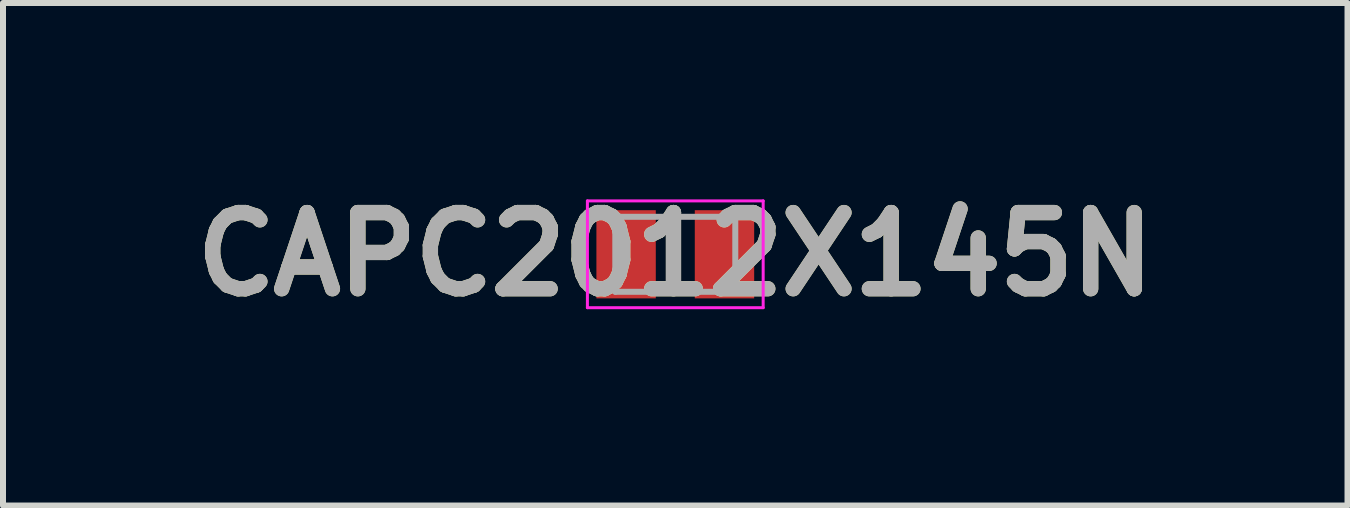
<source format=kicad_pcb>
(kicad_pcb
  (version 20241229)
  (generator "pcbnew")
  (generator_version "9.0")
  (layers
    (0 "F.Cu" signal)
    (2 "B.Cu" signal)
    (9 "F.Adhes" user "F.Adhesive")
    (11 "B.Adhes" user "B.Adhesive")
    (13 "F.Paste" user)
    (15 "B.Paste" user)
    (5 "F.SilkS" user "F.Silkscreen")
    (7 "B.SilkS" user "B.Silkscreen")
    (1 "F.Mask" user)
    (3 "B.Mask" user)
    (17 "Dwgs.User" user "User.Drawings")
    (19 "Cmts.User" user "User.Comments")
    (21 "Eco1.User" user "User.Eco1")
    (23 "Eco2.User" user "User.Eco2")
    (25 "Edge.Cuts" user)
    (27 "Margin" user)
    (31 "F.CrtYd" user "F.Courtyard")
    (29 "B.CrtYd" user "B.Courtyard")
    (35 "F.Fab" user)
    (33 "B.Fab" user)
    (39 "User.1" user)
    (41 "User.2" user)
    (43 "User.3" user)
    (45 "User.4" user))
  (footprint "CAPC2012X145N"
    (layer "F.Cu")
    (at 8.207 1.189)
    (property "Reference" "CAPC2012X145N" (at 0 0 0) (layer "F.SilkS") (effects (font (size 1.27 1.27) (thickness 0.254))))
    (attr smd)
    (fp_line (start -1.465 -0.89) (end 1.465 -0.89) (stroke (width 0.05) (type solid)) (layer "F.CrtYd"))
    (fp_line (start -1.465 0.89) (end -1.465 -0.89) (stroke (width 0.05) (type solid)) (layer "F.CrtYd"))
    (fp_line (start 1.465 -0.89) (end 1.465 0.89) (stroke (width 0.05) (type solid)) (layer "F.CrtYd"))
    (fp_line (start 1.465 0.89) (end -1.465 0.89) (stroke (width 0.05) (type solid)) (layer "F.CrtYd"))
    (fp_line (start -1 -0.625) (end 1 -0.625) (stroke (width 0.1) (type solid)) (layer "F.Fab"))
    (fp_line (start -1 0.625) (end -1 -0.625) (stroke (width 0.1) (type solid)) (layer "F.Fab"))
    (fp_line (start 1 -0.625) (end 1 0.625) (stroke (width 0.1) (type solid)) (layer "F.Fab"))
    (fp_line (start 1 0.625) (end -1 0.625) (stroke (width 0.1) (type solid)) (layer "F.Fab"))
    (fp_text user "${REFERENCE}" (at 0 0 0) (layer "F.Fab") (effects (font (size 1.27 1.27) (thickness 0.254))))
    (pad "1" smd rect (at -0.82 0) (size 0.99 1.47) (layers "F.Cu" "F.Mask" "F.Paste"))
    (pad "2" smd rect (at 0.82 0) (size 0.99 1.47) (layers "F.Cu" "F.Mask" "F.Paste")))
  (gr_rect
    (start -3 -3)
    (end 19.413 5.377)
    (stroke (width 0.1) (type default))
    (fill no)
    (layer "Edge.Cuts")))
</source>
